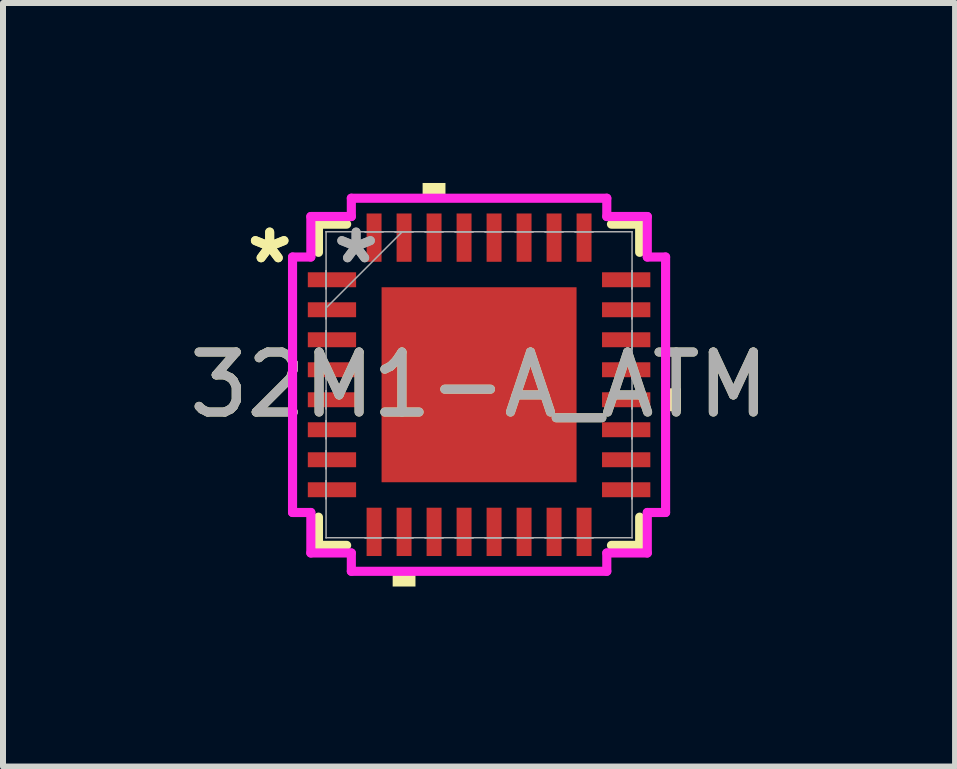
<source format=kicad_pcb>
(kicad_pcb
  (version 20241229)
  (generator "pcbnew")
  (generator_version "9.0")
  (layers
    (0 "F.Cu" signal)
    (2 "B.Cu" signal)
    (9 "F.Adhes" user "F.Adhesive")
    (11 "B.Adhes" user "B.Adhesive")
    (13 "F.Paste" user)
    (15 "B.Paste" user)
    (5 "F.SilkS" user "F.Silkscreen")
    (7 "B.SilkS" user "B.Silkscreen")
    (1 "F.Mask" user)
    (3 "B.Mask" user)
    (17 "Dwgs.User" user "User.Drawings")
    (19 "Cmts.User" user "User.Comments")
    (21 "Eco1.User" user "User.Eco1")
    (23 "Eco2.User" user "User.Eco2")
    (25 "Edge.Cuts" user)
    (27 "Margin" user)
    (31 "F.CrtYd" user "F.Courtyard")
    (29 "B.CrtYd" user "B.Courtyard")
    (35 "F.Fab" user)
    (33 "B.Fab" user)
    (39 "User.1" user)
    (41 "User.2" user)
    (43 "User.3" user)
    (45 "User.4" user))
  (footprint "32M1-A_ATM"
    (layer "F.Cu")
    (at 4.935 3.363)
    (property "Reference" "32M1-A_ATM" (at 0 0 0) (unlocked yes) (layer "F.SilkS") (effects (font (size 1 1) (thickness 0.15))))
    (attr smd)
    (fp_line (start -2.677 -2.677) (end -2.677 -2.207) (stroke (width 0.152) (type solid)) (layer "F.SilkS"))
    (fp_line (start -2.677 2.207) (end -2.677 2.677) (stroke (width 0.152) (type solid)) (layer "F.SilkS"))
    (fp_line (start -2.677 2.677) (end -2.207 2.677) (stroke (width 0.152) (type solid)) (layer "F.SilkS"))
    (fp_line (start -2.207 -2.677) (end -2.677 -2.677) (stroke (width 0.152) (type solid)) (layer "F.SilkS"))
    (fp_line (start 2.207 2.677) (end 2.677 2.677) (stroke (width 0.152) (type solid)) (layer "F.SilkS"))
    (fp_line (start 2.677 -2.677) (end 2.207 -2.677) (stroke (width 0.152) (type solid)) (layer "F.SilkS"))
    (fp_line (start 2.677 -2.207) (end 2.677 -2.677) (stroke (width 0.152) (type solid)) (layer "F.SilkS"))
    (fp_line (start 2.677 2.677) (end 2.677 2.207) (stroke (width 0.152) (type solid)) (layer "F.SilkS"))
    (fp_poly (pts (xy -1.44 3.109) (xy -1.44 3.363) (xy -1.06 3.363) (xy -1.06 3.109)) (stroke (width 0) (type solid)) (fill yes) (layer "F.SilkS"))
    (fp_poly (pts (xy -0.941 -3.109) (xy -0.941 -3.363) (xy -0.56 -3.363) (xy -0.56 -3.109)) (stroke (width 0) (type solid)) (fill yes) (layer "F.SilkS"))
    (fp_poly (pts (xy 3.363 0.059) (xy 3.363 0.441) (xy 3.109 0.441) (xy 3.109 0.059)) (stroke (width 0) (type solid)) (fill yes) (layer "F.SilkS"))
    (fp_poly (pts (xy -1.525 -1.525) (xy -1.525 -0.1) (xy -0.1 -0.1) (xy -0.1 -1.525)) (stroke (width 0) (type solid)) (fill yes) (layer "F.Paste"))
    (fp_poly (pts (xy -1.525 0.1) (xy -1.525 1.525) (xy -0.1 1.525) (xy -0.1 0.1)) (stroke (width 0) (type solid)) (fill yes) (layer "F.Paste"))
    (fp_poly (pts (xy 0.1 -1.525) (xy 0.1 -0.1) (xy 1.525 -0.1) (xy 1.525 -1.525)) (stroke (width 0) (type solid)) (fill yes) (layer "F.Paste"))
    (fp_poly (pts (xy 0.1 0.1) (xy 0.1 1.525) (xy 1.525 1.525) (xy 1.525 0.1)) (stroke (width 0) (type solid)) (fill yes) (layer "F.Paste"))
    (fp_line (start -3.109 -2.129) (end -2.804 -2.129) (stroke (width 0.152) (type solid)) (layer "F.CrtYd"))
    (fp_line (start -3.109 2.129) (end -3.109 -2.129) (stroke (width 0.152) (type solid)) (layer "F.CrtYd"))
    (fp_line (start -2.804 -2.804) (end -2.129 -2.804) (stroke (width 0.152) (type solid)) (layer "F.CrtYd"))
    (fp_line (start -2.804 -2.129) (end -2.804 -2.804) (stroke (width 0.152) (type solid)) (layer "F.CrtYd"))
    (fp_line (start -2.804 2.129) (end -3.109 2.129) (stroke (width 0.152) (type solid)) (layer "F.CrtYd"))
    (fp_line (start -2.804 2.804) (end -2.804 2.129) (stroke (width 0.152) (type solid)) (layer "F.CrtYd"))
    (fp_line (start -2.129 -3.109) (end 2.129 -3.109) (stroke (width 0.152) (type solid)) (layer "F.CrtYd"))
    (fp_line (start -2.129 -2.804) (end -2.129 -3.109) (stroke (width 0.152) (type solid)) (layer "F.CrtYd"))
    (fp_line (start -2.129 2.804) (end -2.804 2.804) (stroke (width 0.152) (type solid)) (layer "F.CrtYd"))
    (fp_line (start -2.129 3.109) (end -2.129 2.804) (stroke (width 0.152) (type solid)) (layer "F.CrtYd"))
    (fp_line (start 2.129 -3.109) (end 2.129 -2.804) (stroke (width 0.152) (type solid)) (layer "F.CrtYd"))
    (fp_line (start 2.129 -2.804) (end 2.804 -2.804) (stroke (width 0.152) (type solid)) (layer "F.CrtYd"))
    (fp_line (start 2.129 2.804) (end 2.129 3.109) (stroke (width 0.152) (type solid)) (layer "F.CrtYd"))
    (fp_line (start 2.129 3.109) (end -2.129 3.109) (stroke (width 0.152) (type solid)) (layer "F.CrtYd"))
    (fp_line (start 2.804 -2.804) (end 2.804 -2.129) (stroke (width 0.152) (type solid)) (layer "F.CrtYd"))
    (fp_line (start 2.804 -2.129) (end 3.109 -2.129) (stroke (width 0.152) (type solid)) (layer "F.CrtYd"))
    (fp_line (start 2.804 2.129) (end 2.804 2.804) (stroke (width 0.152) (type solid)) (layer "F.CrtYd"))
    (fp_line (start 2.804 2.804) (end 2.129 2.804) (stroke (width 0.152) (type solid)) (layer "F.CrtYd"))
    (fp_line (start 3.109 -2.129) (end 3.109 2.129) (stroke (width 0.152) (type solid)) (layer "F.CrtYd"))
    (fp_line (start 3.109 2.129) (end 2.804 2.129) (stroke (width 0.152) (type solid)) (layer "F.CrtYd"))
    (fp_line (start -2.55 -2.55) (end -2.55 -2.55) (stroke (width 0.025) (type solid)) (layer "F.Fab"))
    (fp_line (start -2.55 -2.55) (end -2.55 2.55) (stroke (width 0.025) (type solid)) (layer "F.Fab"))
    (fp_line (start -2.55 -1.9) (end -2.55 -1.9) (stroke (width 0.025) (type solid)) (layer "F.Fab"))
    (fp_line (start -2.55 -1.9) (end -2.55 -1.6) (stroke (width 0.025) (type solid)) (layer "F.Fab"))
    (fp_line (start -2.55 -1.6) (end -2.55 -1.9) (stroke (width 0.025) (type solid)) (layer "F.Fab"))
    (fp_line (start -2.55 -1.6) (end -2.55 -1.6) (stroke (width 0.025) (type solid)) (layer "F.Fab"))
    (fp_line (start -2.55 -1.4) (end -2.55 -1.4) (stroke (width 0.025) (type solid)) (layer "F.Fab"))
    (fp_line (start -2.55 -1.4) (end -2.55 -1.1) (stroke (width 0.025) (type solid)) (layer "F.Fab"))
    (fp_line (start -2.55 -1.28) (end -1.28 -2.55) (stroke (width 0.025) (type solid)) (layer "F.Fab"))
    (fp_line (start -2.55 -1.1) (end -2.55 -1.4) (stroke (width 0.025) (type solid)) (layer "F.Fab"))
    (fp_line (start -2.55 -1.1) (end -2.55 -1.1) (stroke (width 0.025) (type solid)) (layer "F.Fab"))
    (fp_line (start -2.55 -0.9) (end -2.55 -0.9) (stroke (width 0.025) (type solid)) (layer "F.Fab"))
    (fp_line (start -2.55 -0.9) (end -2.55 -0.6) (stroke (width 0.025) (type solid)) (layer "F.Fab"))
    (fp_line (start -2.55 -0.6) (end -2.55 -0.9) (stroke (width 0.025) (type solid)) (layer "F.Fab"))
    (fp_line (start -2.55 -0.6) (end -2.55 -0.6) (stroke (width 0.025) (type solid)) (layer "F.Fab"))
    (fp_line (start -2.55 -0.4) (end -2.55 -0.4) (stroke (width 0.025) (type solid)) (layer "F.Fab"))
    (fp_line (start -2.55 -0.4) (end -2.55 -0.1) (stroke (width 0.025) (type solid)) (layer "F.Fab"))
    (fp_line (start -2.55 -0.1) (end -2.55 -0.4) (stroke (width 0.025) (type solid)) (layer "F.Fab"))
    (fp_line (start -2.55 -0.1) (end -2.55 -0.1) (stroke (width 0.025) (type solid)) (layer "F.Fab"))
    (fp_line (start -2.55 0.1) (end -2.55 0.1) (stroke (width 0.025) (type solid)) (layer "F.Fab"))
    (fp_line (start -2.55 0.1) (end -2.55 0.4) (stroke (width 0.025) (type solid)) (layer "F.Fab"))
    (fp_line (start -2.55 0.4) (end -2.55 0.1) (stroke (width 0.025) (type solid)) (layer "F.Fab"))
    (fp_line (start -2.55 0.4) (end -2.55 0.4) (stroke (width 0.025) (type solid)) (layer "F.Fab"))
    (fp_line (start -2.55 0.6) (end -2.55 0.6) (stroke (width 0.025) (type solid)) (layer "F.Fab"))
    (fp_line (start -2.55 0.6) (end -2.55 0.9) (stroke (width 0.025) (type solid)) (layer "F.Fab"))
    (fp_line (start -2.55 0.9) (end -2.55 0.6) (stroke (width 0.025) (type solid)) (layer "F.Fab"))
    (fp_line (start -2.55 0.9) (end -2.55 0.9) (stroke (width 0.025) (type solid)) (layer "F.Fab"))
    (fp_line (start -2.55 1.1) (end -2.55 1.1) (stroke (width 0.025) (type solid)) (layer "F.Fab"))
    (fp_line (start -2.55 1.1) (end -2.55 1.4) (stroke (width 0.025) (type solid)) (layer "F.Fab"))
    (fp_line (start -2.55 1.4) (end -2.55 1.1) (stroke (width 0.025) (type solid)) (layer "F.Fab"))
    (fp_line (start -2.55 1.4) (end -2.55 1.4) (stroke (width 0.025) (type solid)) (layer "F.Fab"))
    (fp_line (start -2.55 1.6) (end -2.55 1.6) (stroke (width 0.025) (type solid)) (layer "F.Fab"))
    (fp_line (start -2.55 1.6) (end -2.55 1.9) (stroke (width 0.025) (type solid)) (layer "F.Fab"))
    (fp_line (start -2.55 1.9) (end -2.55 1.6) (stroke (width 0.025) (type solid)) (layer "F.Fab"))
    (fp_line (start -2.55 1.9) (end -2.55 1.9) (stroke (width 0.025) (type solid)) (layer "F.Fab"))
    (fp_line (start -2.55 2.55) (end -2.55 2.55) (stroke (width 0.025) (type solid)) (layer "F.Fab"))
    (fp_line (start -2.55 2.55) (end 2.55 2.55) (stroke (width 0.025) (type solid)) (layer "F.Fab"))
    (fp_line (start -1.9 -2.55) (end -1.9 -2.55) (stroke (width 0.025) (type solid)) (layer "F.Fab"))
    (fp_line (start -1.9 -2.55) (end -1.6 -2.55) (stroke (width 0.025) (type solid)) (layer "F.Fab"))
    (fp_line (start -1.9 2.55) (end -1.9 2.55) (stroke (width 0.025) (type solid)) (layer "F.Fab"))
    (fp_line (start -1.9 2.55) (end -1.6 2.55) (stroke (width 0.025) (type solid)) (layer "F.Fab"))
    (fp_line (start -1.6 -2.55) (end -1.9 -2.55) (stroke (width 0.025) (type solid)) (layer "F.Fab"))
    (fp_line (start -1.6 -2.55) (end -1.6 -2.55) (stroke (width 0.025) (type solid)) (layer "F.Fab"))
    (fp_line (start -1.6 2.55) (end -1.9 2.55) (stroke (width 0.025) (type solid)) (layer "F.Fab"))
    (fp_line (start -1.6 2.55) (end -1.6 2.55) (stroke (width 0.025) (type solid)) (layer "F.Fab"))
    (fp_line (start -1.4 -2.55) (end -1.4 -2.55) (stroke (width 0.025) (type solid)) (layer "F.Fab"))
    (fp_line (start -1.4 -2.55) (end -1.1 -2.55) (stroke (width 0.025) (type solid)) (layer "F.Fab"))
    (fp_line (start -1.4 2.55) (end -1.4 2.55) (stroke (width 0.025) (type solid)) (layer "F.Fab"))
    (fp_line (start -1.4 2.55) (end -1.1 2.55) (stroke (width 0.025) (type solid)) (layer "F.Fab"))
    (fp_line (start -1.1 -2.55) (end -1.4 -2.55) (stroke (width 0.025) (type solid)) (layer "F.Fab"))
    (fp_line (start -1.1 -2.55) (end -1.1 -2.55) (stroke (width 0.025) (type solid)) (layer "F.Fab"))
    (fp_line (start -1.1 2.55) (end -1.4 2.55) (stroke (width 0.025) (type solid)) (layer "F.Fab"))
    (fp_line (start -1.1 2.55) (end -1.1 2.55) (stroke (width 0.025) (type solid)) (layer "F.Fab"))
    (fp_line (start -0.9 -2.55) (end -0.9 -2.55) (stroke (width 0.025) (type solid)) (layer "F.Fab"))
    (fp_line (start -0.9 -2.55) (end -0.6 -2.55) (stroke (width 0.025) (type solid)) (layer "F.Fab"))
    (fp_line (start -0.9 2.55) (end -0.9 2.55) (stroke (width 0.025) (type solid)) (layer "F.Fab"))
    (fp_line (start -0.9 2.55) (end -0.6 2.55) (stroke (width 0.025) (type solid)) (layer "F.Fab"))
    (fp_line (start -0.6 -2.55) (end -0.9 -2.55) (stroke (width 0.025) (type solid)) (layer "F.Fab"))
    (fp_line (start -0.6 -2.55) (end -0.6 -2.55) (stroke (width 0.025) (type solid)) (layer "F.Fab"))
    (fp_line (start -0.6 2.55) (end -0.9 2.55) (stroke (width 0.025) (type solid)) (layer "F.Fab"))
    (fp_line (start -0.6 2.55) (end -0.6 2.55) (stroke (width 0.025) (type solid)) (layer "F.Fab"))
    (fp_line (start -0.4 -2.55) (end -0.4 -2.55) (stroke (width 0.025) (type solid)) (layer "F.Fab"))
    (fp_line (start -0.4 -2.55) (end -0.1 -2.55) (stroke (width 0.025) (type solid)) (layer "F.Fab"))
    (fp_line (start -0.4 2.55) (end -0.4 2.55) (stroke (width 0.025) (type solid)) (layer "F.Fab"))
    (fp_line (start -0.4 2.55) (end -0.1 2.55) (stroke (width 0.025) (type solid)) (layer "F.Fab"))
    (fp_line (start -0.1 -2.55) (end -0.4 -2.55) (stroke (width 0.025) (type solid)) (layer "F.Fab"))
    (fp_line (start -0.1 -2.55) (end -0.1 -2.55) (stroke (width 0.025) (type solid)) (layer "F.Fab"))
    (fp_line (start -0.1 2.55) (end -0.4 2.55) (stroke (width 0.025) (type solid)) (layer "F.Fab"))
    (fp_line (start -0.1 2.55) (end -0.1 2.55) (stroke (width 0.025) (type solid)) (layer "F.Fab"))
    (fp_line (start 0.1 -2.55) (end 0.1 -2.55) (stroke (width 0.025) (type solid)) (layer "F.Fab"))
    (fp_line (start 0.1 -2.55) (end 0.4 -2.55) (stroke (width 0.025) (type solid)) (layer "F.Fab"))
    (fp_line (start 0.1 2.55) (end 0.1 2.55) (stroke (width 0.025) (type solid)) (layer "F.Fab"))
    (fp_line (start 0.1 2.55) (end 0.4 2.55) (stroke (width 0.025) (type solid)) (layer "F.Fab"))
    (fp_line (start 0.4 -2.55) (end 0.1 -2.55) (stroke (width 0.025) (type solid)) (layer "F.Fab"))
    (fp_line (start 0.4 -2.55) (end 0.4 -2.55) (stroke (width 0.025) (type solid)) (layer "F.Fab"))
    (fp_line (start 0.4 2.55) (end 0.1 2.55) (stroke (width 0.025) (type solid)) (layer "F.Fab"))
    (fp_line (start 0.4 2.55) (end 0.4 2.55) (stroke (width 0.025) (type solid)) (layer "F.Fab"))
    (fp_line (start 0.6 -2.55) (end 0.6 -2.55) (stroke (width 0.025) (type solid)) (layer "F.Fab"))
    (fp_line (start 0.6 -2.55) (end 0.9 -2.55) (stroke (width 0.025) (type solid)) (layer "F.Fab"))
    (fp_line (start 0.6 2.55) (end 0.6 2.55) (stroke (width 0.025) (type solid)) (layer "F.Fab"))
    (fp_line (start 0.6 2.55) (end 0.9 2.55) (stroke (width 0.025) (type solid)) (layer "F.Fab"))
    (fp_line (start 0.9 -2.55) (end 0.6 -2.55) (stroke (width 0.025) (type solid)) (layer "F.Fab"))
    (fp_line (start 0.9 -2.55) (end 0.9 -2.55) (stroke (width 0.025) (type solid)) (layer "F.Fab"))
    (fp_line (start 0.9 2.55) (end 0.6 2.55) (stroke (width 0.025) (type solid)) (layer "F.Fab"))
    (fp_line (start 0.9 2.55) (end 0.9 2.55) (stroke (width 0.025) (type solid)) (layer "F.Fab"))
    (fp_line (start 1.1 -2.55) (end 1.1 -2.55) (stroke (width 0.025) (type solid)) (layer "F.Fab"))
    (fp_line (start 1.1 -2.55) (end 1.4 -2.55) (stroke (width 0.025) (type solid)) (layer "F.Fab"))
    (fp_line (start 1.1 2.55) (end 1.1 2.55) (stroke (width 0.025) (type solid)) (layer "F.Fab"))
    (fp_line (start 1.1 2.55) (end 1.4 2.55) (stroke (width 0.025) (type solid)) (layer "F.Fab"))
    (fp_line (start 1.4 -2.55) (end 1.1 -2.55) (stroke (width 0.025) (type solid)) (layer "F.Fab"))
    (fp_line (start 1.4 -2.55) (end 1.4 -2.55) (stroke (width 0.025) (type solid)) (layer "F.Fab"))
    (fp_line (start 1.4 2.55) (end 1.1 2.55) (stroke (width 0.025) (type solid)) (layer "F.Fab"))
    (fp_line (start 1.4 2.55) (end 1.4 2.55) (stroke (width 0.025) (type solid)) (layer "F.Fab"))
    (fp_line (start 1.6 -2.55) (end 1.6 -2.55) (stroke (width 0.025) (type solid)) (layer "F.Fab"))
    (fp_line (start 1.6 -2.55) (end 1.9 -2.55) (stroke (width 0.025) (type solid)) (layer "F.Fab"))
    (fp_line (start 1.6 2.55) (end 1.6 2.55) (stroke (width 0.025) (type solid)) (layer "F.Fab"))
    (fp_line (start 1.6 2.55) (end 1.9 2.55) (stroke (width 0.025) (type solid)) (layer "F.Fab"))
    (fp_line (start 1.9 -2.55) (end 1.6 -2.55) (stroke (width 0.025) (type solid)) (layer "F.Fab"))
    (fp_line (start 1.9 -2.55) (end 1.9 -2.55) (stroke (width 0.025) (type solid)) (layer "F.Fab"))
    (fp_line (start 1.9 2.55) (end 1.6 2.55) (stroke (width 0.025) (type solid)) (layer "F.Fab"))
    (fp_line (start 1.9 2.55) (end 1.9 2.55) (stroke (width 0.025) (type solid)) (layer "F.Fab"))
    (fp_line (start 2.55 -2.55) (end -2.55 -2.55) (stroke (width 0.025) (type solid)) (layer "F.Fab"))
    (fp_line (start 2.55 -2.55) (end 2.55 -2.55) (stroke (width 0.025) (type solid)) (layer "F.Fab"))
    (fp_line (start 2.55 -1.9) (end 2.55 -1.9) (stroke (width 0.025) (type solid)) (layer "F.Fab"))
    (fp_line (start 2.55 -1.9) (end 2.55 -1.6) (stroke (width 0.025) (type solid)) (layer "F.Fab"))
    (fp_line (start 2.55 -1.6) (end 2.55 -1.9) (stroke (width 0.025) (type solid)) (layer "F.Fab"))
    (fp_line (start 2.55 -1.6) (end 2.55 -1.6) (stroke (width 0.025) (type solid)) (layer "F.Fab"))
    (fp_line (start 2.55 -1.4) (end 2.55 -1.4) (stroke (width 0.025) (type solid)) (layer "F.Fab"))
    (fp_line (start 2.55 -1.4) (end 2.55 -1.1) (stroke (width 0.025) (type solid)) (layer "F.Fab"))
    (fp_line (start 2.55 -1.1) (end 2.55 -1.4) (stroke (width 0.025) (type solid)) (layer "F.Fab"))
    (fp_line (start 2.55 -1.1) (end 2.55 -1.1) (stroke (width 0.025) (type solid)) (layer "F.Fab"))
    (fp_line (start 2.55 -0.9) (end 2.55 -0.9) (stroke (width 0.025) (type solid)) (layer "F.Fab"))
    (fp_line (start 2.55 -0.9) (end 2.55 -0.6) (stroke (width 0.025) (type solid)) (layer "F.Fab"))
    (fp_line (start 2.55 -0.6) (end 2.55 -0.9) (stroke (width 0.025) (type solid)) (layer "F.Fab"))
    (fp_line (start 2.55 -0.6) (end 2.55 -0.6) (stroke (width 0.025) (type solid)) (layer "F.Fab"))
    (fp_line (start 2.55 -0.4) (end 2.55 -0.4) (stroke (width 0.025) (type solid)) (layer "F.Fab"))
    (fp_line (start 2.55 -0.4) (end 2.55 -0.1) (stroke (width 0.025) (type solid)) (layer "F.Fab"))
    (fp_line (start 2.55 -0.1) (end 2.55 -0.4) (stroke (width 0.025) (type solid)) (layer "F.Fab"))
    (fp_line (start 2.55 -0.1) (end 2.55 -0.1) (stroke (width 0.025) (type solid)) (layer "F.Fab"))
    (fp_line (start 2.55 0.1) (end 2.55 0.1) (stroke (width 0.025) (type solid)) (layer "F.Fab"))
    (fp_line (start 2.55 0.1) (end 2.55 0.4) (stroke (width 0.025) (type solid)) (layer "F.Fab"))
    (fp_line (start 2.55 0.4) (end 2.55 0.1) (stroke (width 0.025) (type solid)) (layer "F.Fab"))
    (fp_line (start 2.55 0.4) (end 2.55 0.4) (stroke (width 0.025) (type solid)) (layer "F.Fab"))
    (fp_line (start 2.55 0.6) (end 2.55 0.6) (stroke (width 0.025) (type solid)) (layer "F.Fab"))
    (fp_line (start 2.55 0.6) (end 2.55 0.9) (stroke (width 0.025) (type solid)) (layer "F.Fab"))
    (fp_line (start 2.55 0.9) (end 2.55 0.6) (stroke (width 0.025) (type solid)) (layer "F.Fab"))
    (fp_line (start 2.55 0.9) (end 2.55 0.9) (stroke (width 0.025) (type solid)) (layer "F.Fab"))
    (fp_line (start 2.55 1.1) (end 2.55 1.1) (stroke (width 0.025) (type solid)) (layer "F.Fab"))
    (fp_line (start 2.55 1.1) (end 2.55 1.4) (stroke (width 0.025) (type solid)) (layer "F.Fab"))
    (fp_line (start 2.55 1.4) (end 2.55 1.1) (stroke (width 0.025) (type solid)) (layer "F.Fab"))
    (fp_line (start 2.55 1.4) (end 2.55 1.4) (stroke (width 0.025) (type solid)) (layer "F.Fab"))
    (fp_line (start 2.55 1.6) (end 2.55 1.6) (stroke (width 0.025) (type solid)) (layer "F.Fab"))
    (fp_line (start 2.55 1.6) (end 2.55 1.9) (stroke (width 0.025) (type solid)) (layer "F.Fab"))
    (fp_line (start 2.55 1.9) (end 2.55 1.6) (stroke (width 0.025) (type solid)) (layer "F.Fab"))
    (fp_line (start 2.55 1.9) (end 2.55 1.9) (stroke (width 0.025) (type solid)) (layer "F.Fab"))
    (fp_line (start 2.55 2.55) (end 2.55 -2.55) (stroke (width 0.025) (type solid)) (layer "F.Fab"))
    (fp_line (start 2.55 2.55) (end 2.55 2.55) (stroke (width 0.025) (type solid)) (layer "F.Fab"))
    (fp_text user "*" (at -3.49 -2 0) (layer "F.SilkS") (effects (font (size 1 1) (thickness 0.15))))
    (fp_text user "*" (at -3.49 -2 0) (unlocked yes) (layer "F.SilkS") (effects (font (size 1 1) (thickness 0.15))))
    (fp_text user "*" (at -2.05 -2 0) (layer "F.Fab") (effects (font (size 1 1) (thickness 0.15))))
    (fp_text user "${REFERENCE}" (at 0 0 0) (unlocked yes) (layer "F.Fab") (effects (font (size 1 1) (thickness 0.15))))
    (fp_text user "*" (at -2.05 -2 0) (unlocked yes) (layer "F.Fab") (effects (font (size 1 1) (thickness 0.15))))
    (pad "1" smd rect (at -2.452 -1.75 90) (size 0.249 0.805) (layers "F.Cu" "F.Mask" "F.Paste"))
    (pad "2" smd rect (at -2.452 -1.25 90) (size 0.249 0.805) (layers "F.Cu" "F.Mask" "F.Paste"))
    (pad "3" smd rect (at -2.452 -0.75 90) (size 0.249 0.805) (layers "F.Cu" "F.Mask" "F.Paste"))
    (pad "4" smd rect (at -2.452 -0.25 90) (size 0.249 0.805) (layers "F.Cu" "F.Mask" "F.Paste"))
    (pad "5" smd rect (at -2.452 0.25 90) (size 0.249 0.805) (layers "F.Cu" "F.Mask" "F.Paste"))
    (pad "6" smd rect (at -2.452 0.75 90) (size 0.249 0.805) (layers "F.Cu" "F.Mask" "F.Paste"))
    (pad "7" smd rect (at -2.452 1.25 90) (size 0.249 0.805) (layers "F.Cu" "F.Mask" "F.Paste"))
    (pad "8" smd rect (at -2.452 1.75 90) (size 0.249 0.805) (layers "F.Cu" "F.Mask" "F.Paste"))
    (pad "9" smd rect (at -1.75 2.452) (size 0.249 0.805) (layers "F.Cu" "F.Mask" "F.Paste"))
    (pad "10" smd rect (at -1.25 2.452) (size 0.249 0.805) (layers "F.Cu" "F.Mask" "F.Paste"))
    (pad "11" smd rect (at -0.75 2.452) (size 0.249 0.805) (layers "F.Cu" "F.Mask" "F.Paste"))
    (pad "12" smd rect (at -0.25 2.452) (size 0.249 0.805) (layers "F.Cu" "F.Mask" "F.Paste"))
    (pad "13" smd rect (at 0.25 2.452) (size 0.249 0.805) (layers "F.Cu" "F.Mask" "F.Paste"))
    (pad "14" smd rect (at 0.75 2.452) (size 0.249 0.805) (layers "F.Cu" "F.Mask" "F.Paste"))
    (pad "15" smd rect (at 1.25 2.452) (size 0.249 0.805) (layers "F.Cu" "F.Mask" "F.Paste"))
    (pad "16" smd rect (at 1.75 2.452) (size 0.249 0.805) (layers "F.Cu" "F.Mask" "F.Paste"))
    (pad "17" smd rect (at 2.452 1.75 90) (size 0.249 0.805) (layers "F.Cu" "F.Mask" "F.Paste"))
    (pad "18" smd rect (at 2.452 1.25 90) (size 0.249 0.805) (layers "F.Cu" "F.Mask" "F.Paste"))
    (pad "19" smd rect (at 2.452 0.75 90) (size 0.249 0.805) (layers "F.Cu" "F.Mask" "F.Paste"))
    (pad "20" smd rect (at 2.452 0.25 90) (size 0.249 0.805) (layers "F.Cu" "F.Mask" "F.Paste"))
    (pad "21" smd rect (at 2.452 -0.25 90) (size 0.249 0.805) (layers "F.Cu" "F.Mask" "F.Paste"))
    (pad "22" smd rect (at 2.452 -0.75 90) (size 0.249 0.805) (layers "F.Cu" "F.Mask" "F.Paste"))
    (pad "23" smd rect (at 2.452 -1.25 90) (size 0.249 0.805) (layers "F.Cu" "F.Mask" "F.Paste"))
    (pad "24" smd rect (at 2.452 -1.75 90) (size 0.249 0.805) (layers "F.Cu" "F.Mask" "F.Paste"))
    (pad "25" smd rect (at 1.75 -2.452) (size 0.249 0.805) (layers "F.Cu" "F.Mask" "F.Paste"))
    (pad "26" smd rect (at 1.25 -2.452) (size 0.249 0.805) (layers "F.Cu" "F.Mask" "F.Paste"))
    (pad "27" smd rect (at 0.75 -2.452) (size 0.249 0.805) (layers "F.Cu" "F.Mask" "F.Paste"))
    (pad "28" smd rect (at 0.25 -2.452) (size 0.249 0.805) (layers "F.Cu" "F.Mask" "F.Paste"))
    (pad "29" smd rect (at -0.25 -2.452) (size 0.249 0.805) (layers "F.Cu" "F.Mask" "F.Paste"))
    (pad "30" smd rect (at -0.75 -2.452) (size 0.249 0.805) (layers "F.Cu" "F.Mask" "F.Paste"))
    (pad "31" smd rect (at -1.25 -2.452) (size 0.249 0.805) (layers "F.Cu" "F.Mask" "F.Paste"))
    (pad "32" smd rect (at -1.75 -2.452) (size 0.249 0.805) (layers "F.Cu" "F.Mask" "F.Paste"))
    (pad "33" smd rect (at 0 0) (size 3.25 3.25) (layers "F.Cu" "F.Mask" "F.Paste")))
  (gr_rect
    (start -3 -3)
    (end 12.869 9.726)
    (stroke (width 0.1) (type default))
    (fill no)
    (layer "Edge.Cuts")))
</source>
